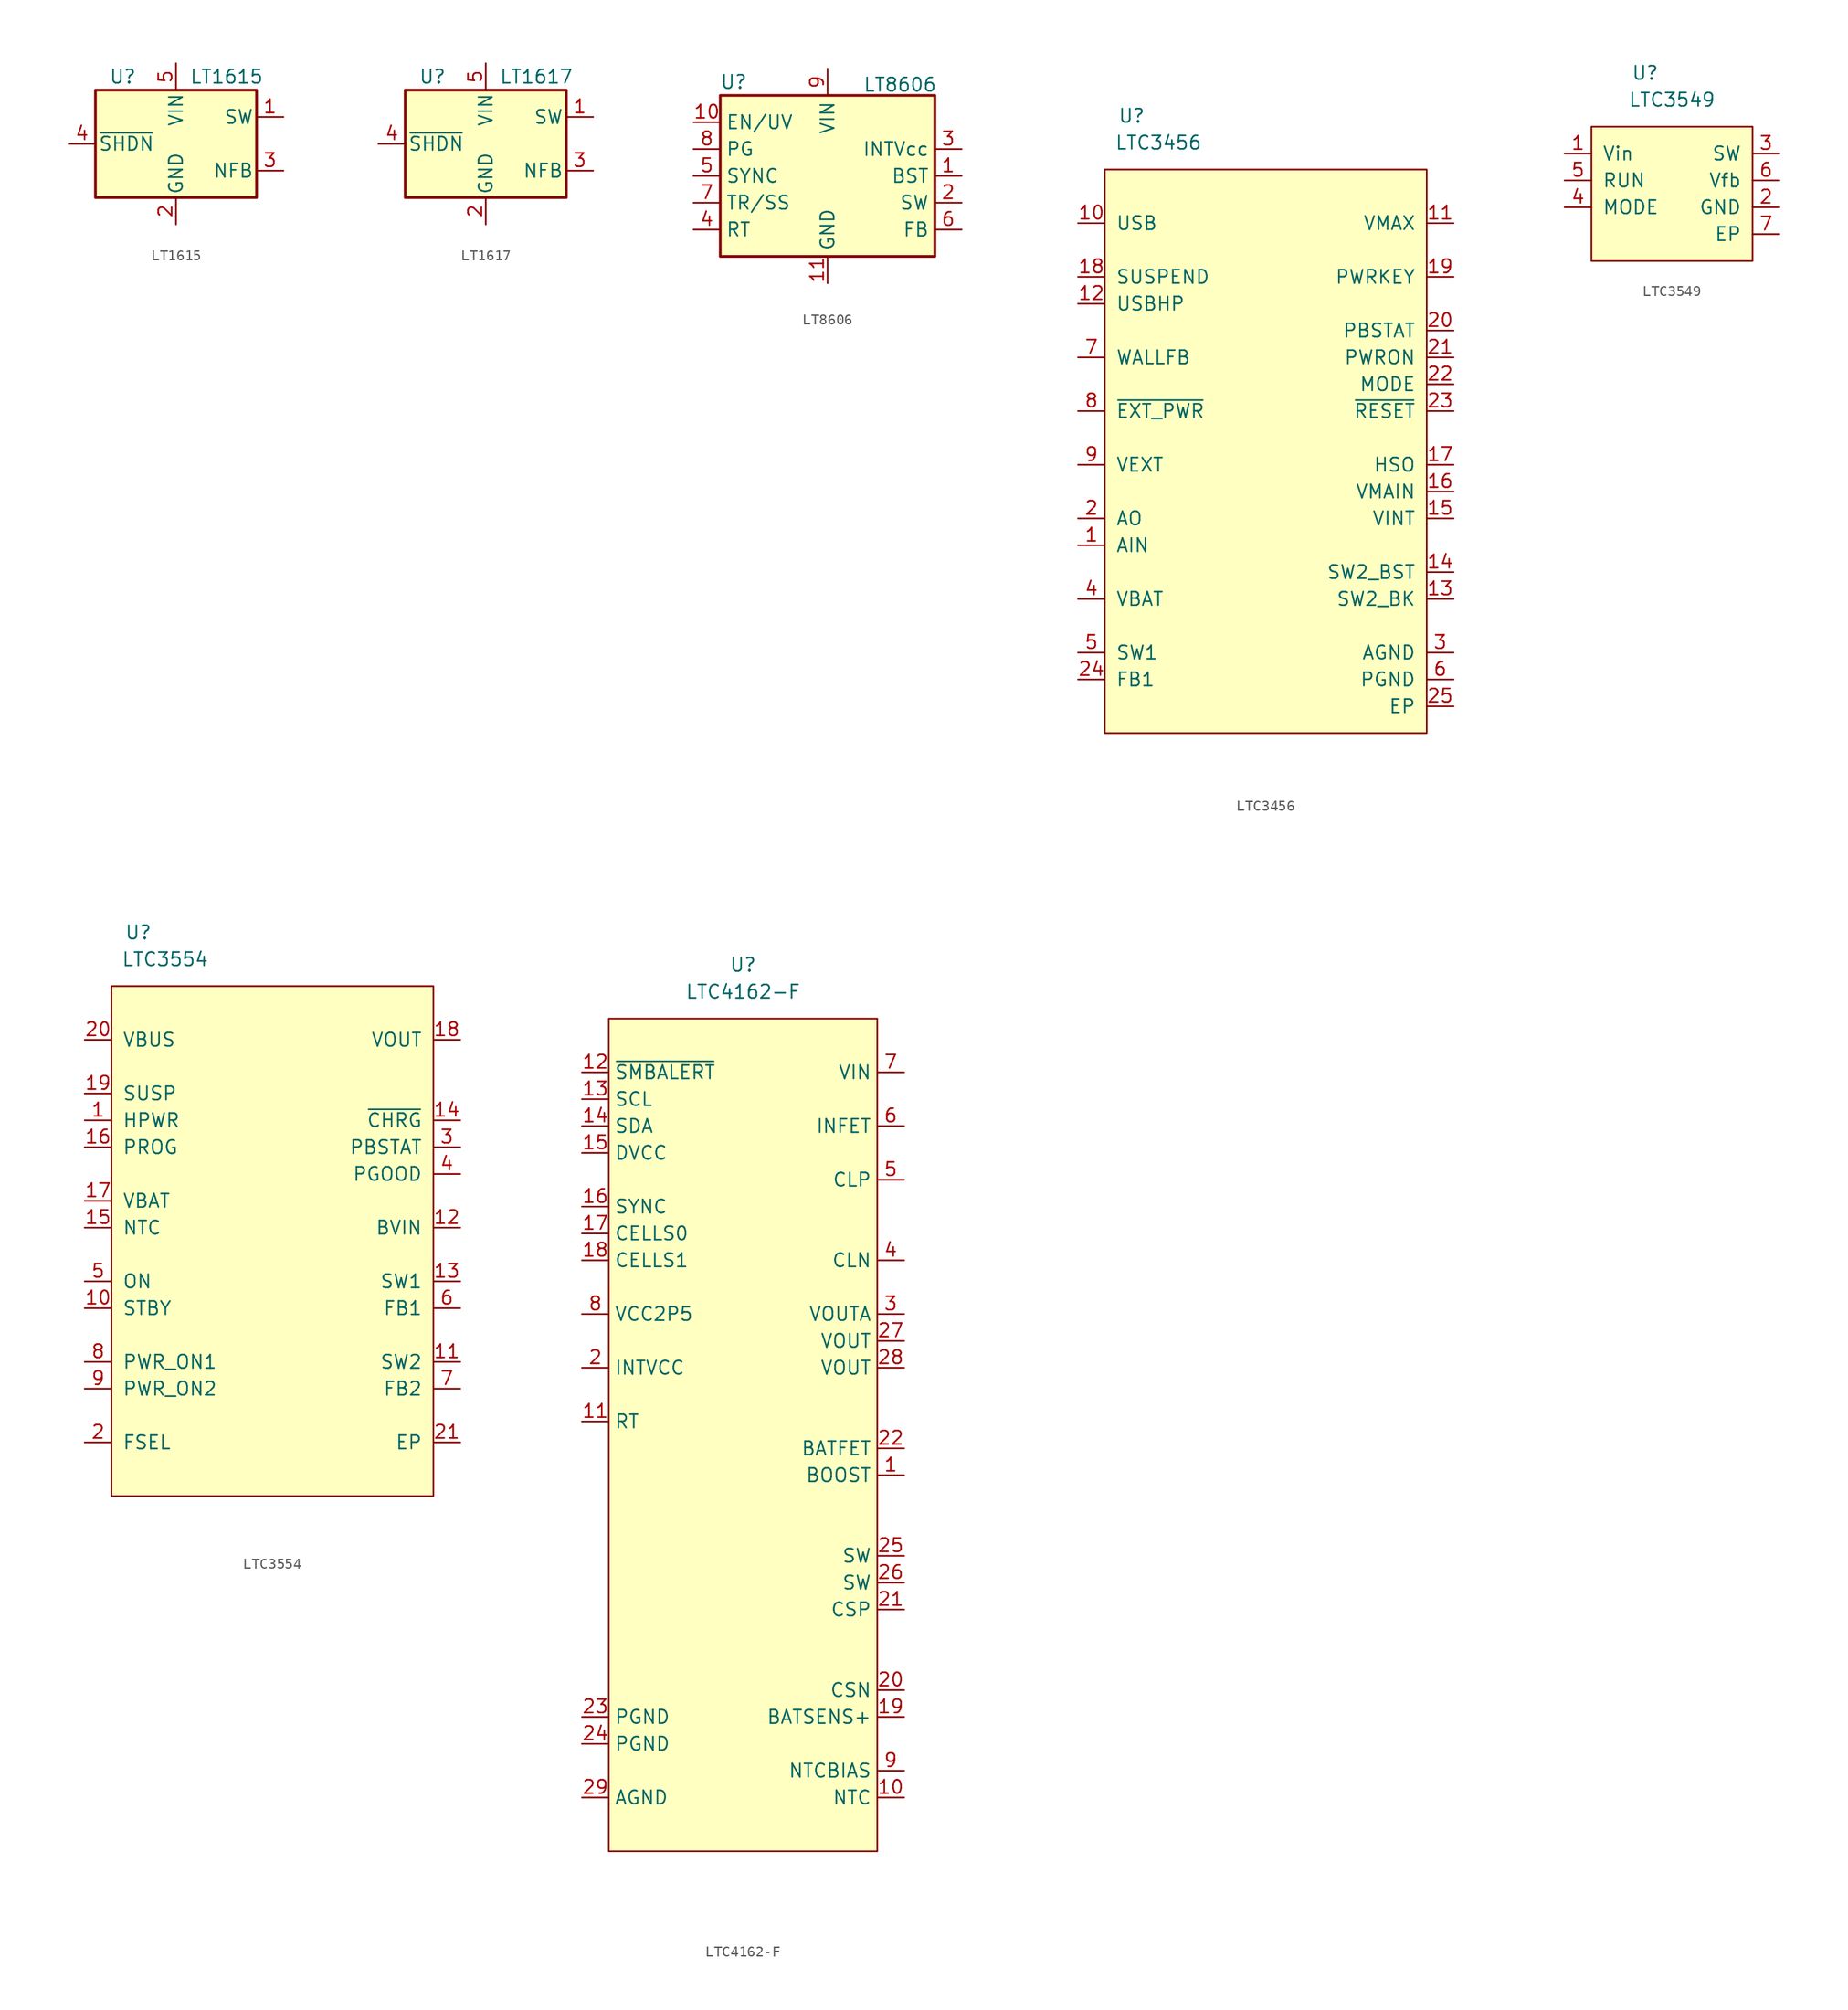
<source format=kicad_sym>
(kicad_symbol_lib
  (version 20220914)
  (generator kicad_symbol_editor)
  (symbol "LT1615"
    (pin_names
      (offset 0.254))
    (property "Reference" "U"
      (at -6.35 6.35 0)
      (effects (font (size 1.27 1.27)) (justify left)))
    (property "Value" "LT1615"
      (at 1.27 6.35 0)
      (effects (font (size 1.27 1.27)) (justify left)))
    (symbol "LT1615_0_1"
      (rectangle (start -7.62 5.08) (end 7.62 -5.08) (stroke (width 0.254) (type default)) (fill (type background))))
    (symbol "LT1615_1_1"
      (pin output line (at 10.16 2.54 180) (length 2.54) (name "SW" (effects (font (size 1.27 1.27)))) (number "1" (effects (font (size 1.27 1.27)))))
      (pin power_in line (at 0 -7.62 90) (length 2.54) (name "GND" (effects (font (size 1.27 1.27)))) (number "2" (effects (font (size 1.27 1.27)))))
      (pin input line (at 10.16 -2.54 180) (length 2.54) (name "NFB" (effects (font (size 1.27 1.27)))) (number "3" (effects (font (size 1.27 1.27)))))
      (pin input line (at -10.16 0 0) (length 2.54) (name "~{SHDN}" (effects (font (size 1.27 1.27)))) (number "4" (effects (font (size 1.27 1.27)))))
      (pin power_in line (at 0 7.62 270) (length 2.54) (name "VIN" (effects (font (size 1.27 1.27)))) (number "5" (effects (font (size 1.27 1.27)))))))
  (symbol "LT1617"
    (pin_names
      (offset 0.254))
    (property "Reference" "U"
      (at -6.35 6.35 0)
      (effects (font (size 1.27 1.27)) (justify left)))
    (property "Value" "LT1617"
      (at 1.27 6.35 0)
      (effects (font (size 1.27 1.27)) (justify left)))
    (symbol "LT1617_0_1"
      (rectangle (start -7.62 5.08) (end 7.62 -5.08) (stroke (width 0.254) (type default)) (fill (type background))))
    (symbol "LT1617_1_1"
      (pin output line (at 10.16 2.54 180) (length 2.54) (name "SW" (effects (font (size 1.27 1.27)))) (number "1" (effects (font (size 1.27 1.27)))))
      (pin power_in line (at 0 -7.62 90) (length 2.54) (name "GND" (effects (font (size 1.27 1.27)))) (number "2" (effects (font (size 1.27 1.27)))))
      (pin input line (at 10.16 -2.54 180) (length 2.54) (name "NFB" (effects (font (size 1.27 1.27)))) (number "3" (effects (font (size 1.27 1.27)))))
      (pin input line (at -10.16 0 0) (length 2.54) (name "~{SHDN}" (effects (font (size 1.27 1.27)))) (number "4" (effects (font (size 1.27 1.27)))))
      (pin power_in line (at 0 7.62 270) (length 2.54) (name "VIN" (effects (font (size 1.27 1.27)))) (number "5" (effects (font (size 1.27 1.27)))))))
  (symbol "LT8606"
    (property "Reference" "U"
      (at -8.89 8.89 0)
      (effects (font (size 1.27 1.27))))
    (property "Value" "LT8606"
      (at 6.858 8.636 0)
      (effects (font (size 1.27 1.27))))
    (symbol "LT8606_0_1"
      (rectangle (start -10.16 7.62) (end 10.16 -7.62) (stroke (width 0.254) (type default)) (fill (type background))))
    (symbol "LT8606_1_1"
      (pin input line (at 12.7 0 180) (length 2.54) (name "BST" (effects (font (size 1.27 1.27)))) (number "1" (effects (font (size 1.27 1.27)))))
      (pin input line (at -12.7 5.08 0) (length 2.54) (name "EN/UV" (effects (font (size 1.27 1.27)))) (number "10" (effects (font (size 1.27 1.27)))))
      (pin power_out line (at 0 -10.16 90) (length 2.54) (name "GND" (effects (font (size 1.27 1.27)))) (number "11" (effects (font (size 1.27 1.27)))))
      (pin output line (at 12.7 -2.54 180) (length 2.54) (name "SW" (effects (font (size 1.27 1.27)))) (number "2" (effects (font (size 1.27 1.27)))))
      (pin passive line (at 12.7 2.54 180) (length 2.54) (name "INTVcc" (effects (font (size 1.27 1.27)))) (number "3" (effects (font (size 1.27 1.27)))))
      (pin passive line (at -12.7 -5.08 0) (length 2.54) (name "RT" (effects (font (size 1.27 1.27)))) (number "4" (effects (font (size 1.27 1.27)))))
      (pin input line (at -12.7 0 0) (length 2.54) (name "SYNC" (effects (font (size 1.27 1.27)))) (number "5" (effects (font (size 1.27 1.27)))))
      (pin input line (at 12.7 -5.08 180) (length 2.54) (name "FB" (effects (font (size 1.27 1.27)))) (number "6" (effects (font (size 1.27 1.27)))))
      (pin input line (at -12.7 -2.54 0) (length 2.54) (name "TR/SS" (effects (font (size 1.27 1.27)))) (number "7" (effects (font (size 1.27 1.27)))))
      (pin open_collector line (at -12.7 2.54 0) (length 2.54) (name "PG" (effects (font (size 1.27 1.27)))) (number "8" (effects (font (size 1.27 1.27)))))
      (pin power_in line (at 0 10.16 270) (length 2.54) (name "VIN" (effects (font (size 1.27 1.27)))) (number "9" (effects (font (size 1.27 1.27)))))))
  (symbol "LTC3456"
    (pin_names
      (offset 1.016))
    (property "Reference" "U"
      (at -12.7 27.94 0)
      (effects (font (size 1.27 1.27))))
    (property "Value" "LTC3456"
      (at -10.16 25.4 0)
      (effects (font (size 1.27 1.27))))
    (symbol "LTC3456_0_1"
      (rectangle (start -15.24 22.86) (end 15.24 -30.48) (stroke (width 0) (type default)) (fill (type background))))
    (symbol "LTC3456_1_1"
      (pin input line (at -17.78 -12.7 0) (length 2.54) (name "AIN" (effects (font (size 1.27 1.27)))) (number "1" (effects (font (size 1.27 1.27)))))
      (pin power_in line (at -17.78 17.78 0) (length 2.54) (name "USB" (effects (font (size 1.27 1.27)))) (number "10" (effects (font (size 1.27 1.27)))))
      (pin output line (at 17.78 17.78 180) (length 2.54) (name "VMAX" (effects (font (size 1.27 1.27)))) (number "11" (effects (font (size 1.27 1.27)))))
      (pin input line (at -17.78 10.16 0) (length 2.54) (name "USBHP" (effects (font (size 1.27 1.27)))) (number "12" (effects (font (size 1.27 1.27)))))
      (pin power_in line (at 17.78 -17.78 180) (length 2.54) (name "SW2_BK" (effects (font (size 1.27 1.27)))) (number "13" (effects (font (size 1.27 1.27)))))
      (pin power_in line (at 17.78 -15.24 180) (length 2.54) (name "SW2_BST" (effects (font (size 1.27 1.27)))) (number "14" (effects (font (size 1.27 1.27)))))
      (pin power_out line (at 17.78 -10.16 180) (length 2.54) (name "VINT" (effects (font (size 1.27 1.27)))) (number "15" (effects (font (size 1.27 1.27)))))
      (pin power_out line (at 17.78 -7.62 180) (length 2.54) (name "VMAIN" (effects (font (size 1.27 1.27)))) (number "16" (effects (font (size 1.27 1.27)))))
      (pin power_out line (at 17.78 -5.08 180) (length 2.54) (name "HSO" (effects (font (size 1.27 1.27)))) (number "17" (effects (font (size 1.27 1.27)))))
      (pin input line (at -17.78 12.7 0) (length 2.54) (name "SUSPEND" (effects (font (size 1.27 1.27)))) (number "18" (effects (font (size 1.27 1.27)))))
      (pin input line (at 17.78 12.7 180) (length 2.54) (name "PWRKEY" (effects (font (size 1.27 1.27)))) (number "19" (effects (font (size 1.27 1.27)))))
      (pin output line (at -17.78 -10.16 0) (length 2.54) (name "AO" (effects (font (size 1.27 1.27)))) (number "2" (effects (font (size 1.27 1.27)))))
      (pin output line (at 17.78 7.62 180) (length 2.54) (name "PBSTAT" (effects (font (size 1.27 1.27)))) (number "20" (effects (font (size 1.27 1.27)))))
      (pin input line (at 17.78 5.08 180) (length 2.54) (name "PWRON" (effects (font (size 1.27 1.27)))) (number "21" (effects (font (size 1.27 1.27)))))
      (pin input line (at 17.78 2.54 180) (length 2.54) (name "MODE" (effects (font (size 1.27 1.27)))) (number "22" (effects (font (size 1.27 1.27)))))
      (pin input line (at 17.78 0 180) (length 2.54) (name "~{RESET}" (effects (font (size 1.27 1.27)))) (number "23" (effects (font (size 1.27 1.27)))))
      (pin input line (at -17.78 -25.4 0) (length 2.54) (name "FB1" (effects (font (size 1.27 1.27)))) (number "24" (effects (font (size 1.27 1.27)))))
      (pin power_in line (at 17.78 -27.94 180) (length 2.54) (name "EP" (effects (font (size 1.27 1.27)))) (number "25" (effects (font (size 1.27 1.27)))))
      (pin power_in line (at 17.78 -22.86 180) (length 2.54) (name "AGND" (effects (font (size 1.27 1.27)))) (number "3" (effects (font (size 1.27 1.27)))))
      (pin power_in line (at -17.78 -17.78 0) (length 2.54) (name "VBAT" (effects (font (size 1.27 1.27)))) (number "4" (effects (font (size 1.27 1.27)))))
      (pin power_out line (at -17.78 -22.86 0) (length 2.54) (name "SW1" (effects (font (size 1.27 1.27)))) (number "5" (effects (font (size 1.27 1.27)))))
      (pin power_in line (at 17.78 -25.4 180) (length 2.54) (name "PGND" (effects (font (size 1.27 1.27)))) (number "6" (effects (font (size 1.27 1.27)))))
      (pin input line (at -17.78 5.08 0) (length 2.54) (name "WALLFB" (effects (font (size 1.27 1.27)))) (number "7" (effects (font (size 1.27 1.27)))))
      (pin input line (at -17.78 0 0) (length 2.54) (name "~{EXT_PWR}" (effects (font (size 1.27 1.27)))) (number "8" (effects (font (size 1.27 1.27)))))
      (pin power_in line (at -17.78 -5.08 0) (length 2.54) (name "VEXT" (effects (font (size 1.27 1.27)))) (number "9" (effects (font (size 1.27 1.27)))))))
  (symbol "LTC3549"
    (pin_names
      (offset 1.016))
    (property "Reference" "U"
      (at -2.54 10.16 0)
      (effects (font (size 1.27 1.27))))
    (property "Value" "LTC3549"
      (at 0 7.62 0)
      (effects (font (size 1.27 1.27))))
    (symbol "LTC3549_0_1"
      (rectangle (start -7.62 5.08) (end 7.62 -7.62) (stroke (width 0) (type default)) (fill (type background))))
    (symbol "LTC3549_1_1"
      (pin power_in line (at -10.16 2.54 0) (length 2.54) (name "Vin" (effects (font (size 1.27 1.27)))) (number "1" (effects (font (size 1.27 1.27)))))
      (pin power_in line (at 10.16 -2.54 180) (length 2.54) (name "GND" (effects (font (size 1.27 1.27)))) (number "2" (effects (font (size 1.27 1.27)))))
      (pin output line (at 10.16 2.54 180) (length 2.54) (name "SW" (effects (font (size 1.27 1.27)))) (number "3" (effects (font (size 1.27 1.27)))))
      (pin power_in line (at -10.16 -2.54 0) (length 2.54) (name "MODE" (effects (font (size 1.27 1.27)))) (number "4" (effects (font (size 1.27 1.27)))))
      (pin power_in line (at -10.16 0 0) (length 2.54) (name "RUN" (effects (font (size 1.27 1.27)))) (number "5" (effects (font (size 1.27 1.27)))))
      (pin input line (at 10.16 0 180) (length 2.54) (name "Vfb" (effects (font (size 1.27 1.27)))) (number "6" (effects (font (size 1.27 1.27)))))
      (pin power_in line (at 10.16 -5.08 180) (length 2.54) (name "EP" (effects (font (size 1.27 1.27)))) (number "7" (effects (font (size 1.27 1.27)))))))
  (symbol "LTC3554"
    (pin_names
      (offset 1.016))
    (property "Reference" "U"
      (at -12.7 27.94 0)
      (effects (font (size 1.27 1.27))))
    (property "Value" "LTC3554"
      (at -10.16 25.4 0)
      (effects (font (size 1.27 1.27))))
    (symbol "LTC3554_0_1"
      (rectangle (start -15.24 22.86) (end 15.24 -25.4) (stroke (width 0) (type default)) (fill (type background))))
    (symbol "LTC3554_1_1"
      (pin input line (at -17.78 10.16 0) (length 2.54) (name "HPWR" (effects (font (size 1.27 1.27)))) (number "1" (effects (font (size 1.27 1.27)))))
      (pin input line (at -17.78 -7.62 0) (length 2.54) (name "STBY" (effects (font (size 1.27 1.27)))) (number "10" (effects (font (size 1.27 1.27)))))
      (pin power_in line (at 17.78 -12.7 180) (length 2.54) (name "SW2" (effects (font (size 1.27 1.27)))) (number "11" (effects (font (size 1.27 1.27)))))
      (pin power_in line (at 17.78 0 180) (length 2.54) (name "BVIN" (effects (font (size 1.27 1.27)))) (number "12" (effects (font (size 1.27 1.27)))))
      (pin power_out line (at 17.78 -5.08 180) (length 2.54) (name "SW1" (effects (font (size 1.27 1.27)))) (number "13" (effects (font (size 1.27 1.27)))))
      (pin output line (at 17.78 10.16 180) (length 2.54) (name "~{CHRG}" (effects (font (size 1.27 1.27)))) (number "14" (effects (font (size 1.27 1.27)))))
      (pin input line (at -17.78 0 0) (length 2.54) (name "NTC" (effects (font (size 1.27 1.27)))) (number "15" (effects (font (size 1.27 1.27)))))
      (pin input line (at -17.78 7.62 0) (length 2.54) (name "PROG" (effects (font (size 1.27 1.27)))) (number "16" (effects (font (size 1.27 1.27)))))
      (pin power_in line (at -17.78 2.54 0) (length 2.54) (name "VBAT" (effects (font (size 1.27 1.27)))) (number "17" (effects (font (size 1.27 1.27)))))
      (pin output line (at 17.78 17.78 180) (length 2.54) (name "VOUT" (effects (font (size 1.27 1.27)))) (number "18" (effects (font (size 1.27 1.27)))))
      (pin input line (at -17.78 12.7 0) (length 2.54) (name "SUSP" (effects (font (size 1.27 1.27)))) (number "19" (effects (font (size 1.27 1.27)))))
      (pin input line (at -17.78 -20.32 0) (length 2.54) (name "FSEL" (effects (font (size 1.27 1.27)))) (number "2" (effects (font (size 1.27 1.27)))))
      (pin power_in line (at -17.78 17.78 0) (length 2.54) (name "VBUS" (effects (font (size 1.27 1.27)))) (number "20" (effects (font (size 1.27 1.27)))))
      (pin power_in line (at 17.78 -20.32 180) (length 2.54) (name "EP" (effects (font (size 1.27 1.27)))) (number "21" (effects (font (size 1.27 1.27)))))
      (pin output line (at 17.78 7.62 180) (length 2.54) (name "PBSTAT" (effects (font (size 1.27 1.27)))) (number "3" (effects (font (size 1.27 1.27)))))
      (pin output line (at 17.78 5.08 180) (length 2.54) (name "PGOOD" (effects (font (size 1.27 1.27)))) (number "4" (effects (font (size 1.27 1.27)))))
      (pin input line (at -17.78 -5.08 0) (length 2.54) (name "ON" (effects (font (size 1.27 1.27)))) (number "5" (effects (font (size 1.27 1.27)))))
      (pin input line (at 17.78 -7.62 180) (length 2.54) (name "FB1" (effects (font (size 1.27 1.27)))) (number "6" (effects (font (size 1.27 1.27)))))
      (pin input line (at 17.78 -15.24 180) (length 2.54) (name "FB2" (effects (font (size 1.27 1.27)))) (number "7" (effects (font (size 1.27 1.27)))))
      (pin input line (at -17.78 -12.7 0) (length 2.54) (name "PWR_ON1" (effects (font (size 1.27 1.27)))) (number "8" (effects (font (size 1.27 1.27)))))
      (pin input line (at -17.78 -15.24 0) (length 2.54) (name "PWR_ON2" (effects (font (size 1.27 1.27)))) (number "9" (effects (font (size 1.27 1.27)))))))
  (symbol "LTC4162-F"
    (property "Reference" "U"
      (at 0 0 0)
      (effects (font (size 1.27 1.27))))
    (property "Value" "LTC4162-F"
      (at 0 -2.54 0)
      (effects (font (size 1.27 1.27))))
    (symbol "LTC4162-F_0_1"
      (rectangle (start -12.7 -5.08) (end 12.7 -83.82) (stroke (width 0.152) (type default)) (fill (type background))))
    (symbol "LTC4162-F_1_1"
      (pin input line (at 15.24 -48.26 180) (length 2.54) (name "BOOST" (effects (font (size 1.27 1.27)))) (number "1" (effects (font (size 1.27 1.27)))))
      (pin input line (at 15.24 -78.74 180) (length 2.54) (name "NTC" (effects (font (size 1.27 1.27)))) (number "10" (effects (font (size 1.27 1.27)))))
      (pin input line (at -15.24 -43.18 0) (length 2.54) (name "RT" (effects (font (size 1.27 1.27)))) (number "11" (effects (font (size 1.27 1.27)))))
      (pin input line (at -15.24 -10.16 0) (length 2.54) (name "~{SMBALERT}" (effects (font (size 1.27 1.27)))) (number "12" (effects (font (size 1.27 1.27)))))
      (pin input line (at -15.24 -12.7 0) (length 2.54) (name "SCL" (effects (font (size 1.27 1.27)))) (number "13" (effects (font (size 1.27 1.27)))))
      (pin input line (at -15.24 -15.24 0) (length 2.54) (name "SDA" (effects (font (size 1.27 1.27)))) (number "14" (effects (font (size 1.27 1.27)))))
      (pin input line (at -15.24 -17.78 0) (length 2.54) (name "DVCC" (effects (font (size 1.27 1.27)))) (number "15" (effects (font (size 1.27 1.27)))))
      (pin input line (at -15.24 -22.86 0) (length 2.54) (name "SYNC" (effects (font (size 1.27 1.27)))) (number "16" (effects (font (size 1.27 1.27)))))
      (pin input line (at -15.24 -25.4 0) (length 2.54) (name "CELLS0" (effects (font (size 1.27 1.27)))) (number "17" (effects (font (size 1.27 1.27)))))
      (pin input line (at -15.24 -27.94 0) (length 2.54) (name "CELLS1" (effects (font (size 1.27 1.27)))) (number "18" (effects (font (size 1.27 1.27)))))
      (pin input line (at 15.24 -71.12 180) (length 2.54) (name "BATSENS+" (effects (font (size 1.27 1.27)))) (number "19" (effects (font (size 1.27 1.27)))))
      (pin input line (at -15.24 -38.1 0) (length 2.54) (name "INTVCC" (effects (font (size 1.27 1.27)))) (number "2" (effects (font (size 1.27 1.27)))))
      (pin input line (at 15.24 -68.58 180) (length 2.54) (name "CSN" (effects (font (size 1.27 1.27)))) (number "20" (effects (font (size 1.27 1.27)))))
      (pin input line (at 15.24 -60.96 180) (length 2.54) (name "CSP" (effects (font (size 1.27 1.27)))) (number "21" (effects (font (size 1.27 1.27)))))
      (pin input line (at 15.24 -45.72 180) (length 2.54) (name "BATFET" (effects (font (size 1.27 1.27)))) (number "22" (effects (font (size 1.27 1.27)))))
      (pin input line (at -15.24 -71.12 0) (length 2.54) (name "PGND" (effects (font (size 1.27 1.27)))) (number "23" (effects (font (size 1.27 1.27)))))
      (pin input line (at -15.24 -73.66 0) (length 2.54) (name "PGND" (effects (font (size 1.27 1.27)))) (number "24" (effects (font (size 1.27 1.27)))))
      (pin input line (at 15.24 -55.88 180) (length 2.54) (name "SW" (effects (font (size 1.27 1.27)))) (number "25" (effects (font (size 1.27 1.27)))))
      (pin input line (at 15.24 -58.42 180) (length 2.54) (name "SW" (effects (font (size 1.27 1.27)))) (number "26" (effects (font (size 1.27 1.27)))))
      (pin input line (at 15.24 -35.56 180) (length 2.54) (name "VOUT" (effects (font (size 1.27 1.27)))) (number "27" (effects (font (size 1.27 1.27)))))
      (pin input line (at 15.24 -38.1 180) (length 2.54) (name "VOUT" (effects (font (size 1.27 1.27)))) (number "28" (effects (font (size 1.27 1.27)))))
      (pin input line (at -15.24 -78.74 0) (length 2.54) (name "AGND" (effects (font (size 1.27 1.27)))) (number "29" (effects (font (size 1.27 1.27)))))
      (pin input line (at 15.24 -33.02 180) (length 2.54) (name "VOUTA" (effects (font (size 1.27 1.27)))) (number "3" (effects (font (size 1.27 1.27)))))
      (pin input line (at 15.24 -27.94 180) (length 2.54) (name "CLN" (effects (font (size 1.27 1.27)))) (number "4" (effects (font (size 1.27 1.27)))))
      (pin input line (at 15.24 -20.32 180) (length 2.54) (name "CLP" (effects (font (size 1.27 1.27)))) (number "5" (effects (font (size 1.27 1.27)))))
      (pin input line (at 15.24 -15.24 180) (length 2.54) (name "INFET" (effects (font (size 1.27 1.27)))) (number "6" (effects (font (size 1.27 1.27)))))
      (pin input line (at 15.24 -10.16 180) (length 2.54) (name "VIN" (effects (font (size 1.27 1.27)))) (number "7" (effects (font (size 1.27 1.27)))))
      (pin input line (at -15.24 -33.02 0) (length 2.54) (name "VCC2P5" (effects (font (size 1.27 1.27)))) (number "8" (effects (font (size 1.27 1.27)))))
      (pin input line (at 15.24 -76.2 180) (length 2.54) (name "NTCBIAS" (effects (font (size 1.27 1.27)))) (number "9" (effects (font (size 1.27 1.27))))))))
</source>
